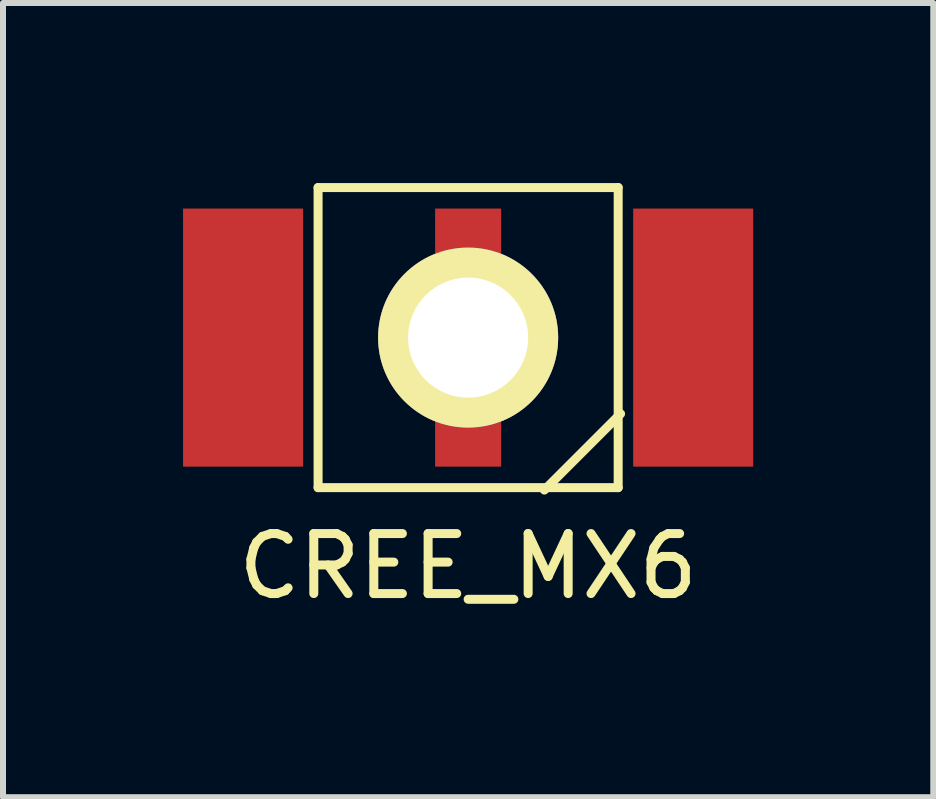
<source format=kicad_pcb>
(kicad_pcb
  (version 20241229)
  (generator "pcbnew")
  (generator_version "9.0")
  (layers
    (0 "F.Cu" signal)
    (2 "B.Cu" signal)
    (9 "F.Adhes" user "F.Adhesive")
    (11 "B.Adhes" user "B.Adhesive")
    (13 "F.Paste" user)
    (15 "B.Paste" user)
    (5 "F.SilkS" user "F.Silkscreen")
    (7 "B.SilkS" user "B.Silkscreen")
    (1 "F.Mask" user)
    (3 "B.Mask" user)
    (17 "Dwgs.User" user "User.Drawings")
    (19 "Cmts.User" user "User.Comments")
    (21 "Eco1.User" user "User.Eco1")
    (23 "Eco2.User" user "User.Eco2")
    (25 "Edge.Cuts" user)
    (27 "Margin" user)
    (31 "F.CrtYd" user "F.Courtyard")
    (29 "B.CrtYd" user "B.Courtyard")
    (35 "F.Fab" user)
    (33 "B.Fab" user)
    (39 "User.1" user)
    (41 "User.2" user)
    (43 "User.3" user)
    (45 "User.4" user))
  (footprint "CREE_MX6"
    (layer "F.Cu")
    (at 4.75 2.575)
    (property "Reference" "CREE_MX6" (at 0 3.81 0) (layer "F.SilkS") (effects (font (size 1 1) (thickness 0.15))))
    (attr through_hole)
    (fp_line (start -2.5 -2.5) (end -2.5 2.5) (stroke (width 0.15) (type solid)) (layer "F.SilkS"))
    (fp_line (start -2.5 2.5) (end 2.5 2.5) (stroke (width 0.15) (type solid)) (layer "F.SilkS"))
    (fp_line (start 2.5 -2.5) (end -2.5 -2.5) (stroke (width 0.15) (type solid)) (layer "F.SilkS"))
    (fp_line (start 2.5 2.5) (end 2.5 -2.5) (stroke (width 0.15) (type solid)) (layer "F.SilkS"))
    (fp_line (start 2.54 1.27) (end 1.27 2.54) (stroke (width 0.15) (type solid)) (layer "F.SilkS"))
    (pad "1" smd rect (at 3.75 0) (size 2 4.3) (layers "F.Cu" "F.Mask" "F.Paste"))
    (pad "2" smd rect (at -3.75 0) (size 2 4.3) (layers "F.Cu" "F.Mask" "F.Paste"))
    (pad "3" smd rect (at 0 0) (size 1.1 4.3) (layers "F.Cu" "F.Mask" "F.Paste"))
    (pad "3" thru_hole circle (at 0 0) (size 3 3) (drill 2) (layers "*.Cu" "*.Mask" "F.SilkS")))
  (gr_rect
    (start -3 -3)
    (end 12.5 10.233)
    (stroke (width 0.1) (type default))
    (fill no)
    (layer "Edge.Cuts")))
</source>
